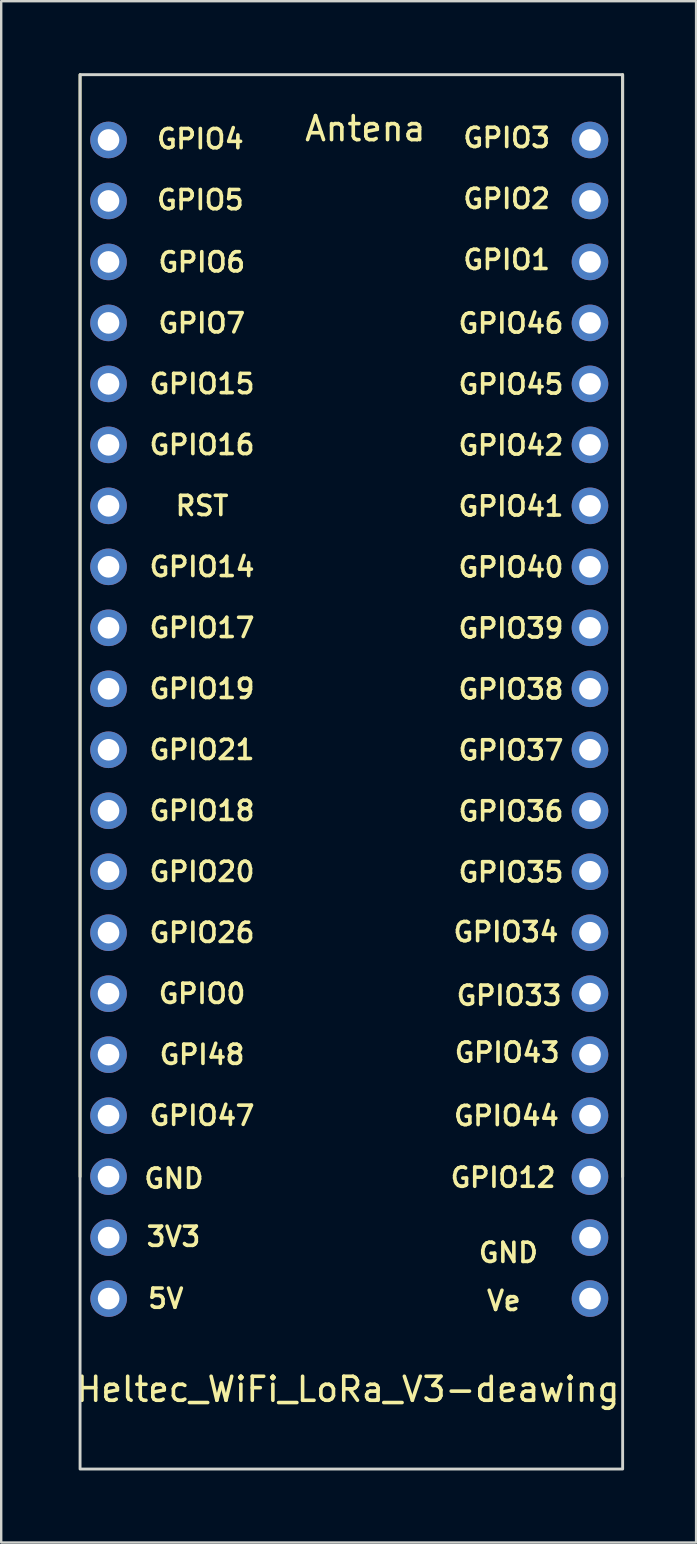
<source format=kicad_pcb>
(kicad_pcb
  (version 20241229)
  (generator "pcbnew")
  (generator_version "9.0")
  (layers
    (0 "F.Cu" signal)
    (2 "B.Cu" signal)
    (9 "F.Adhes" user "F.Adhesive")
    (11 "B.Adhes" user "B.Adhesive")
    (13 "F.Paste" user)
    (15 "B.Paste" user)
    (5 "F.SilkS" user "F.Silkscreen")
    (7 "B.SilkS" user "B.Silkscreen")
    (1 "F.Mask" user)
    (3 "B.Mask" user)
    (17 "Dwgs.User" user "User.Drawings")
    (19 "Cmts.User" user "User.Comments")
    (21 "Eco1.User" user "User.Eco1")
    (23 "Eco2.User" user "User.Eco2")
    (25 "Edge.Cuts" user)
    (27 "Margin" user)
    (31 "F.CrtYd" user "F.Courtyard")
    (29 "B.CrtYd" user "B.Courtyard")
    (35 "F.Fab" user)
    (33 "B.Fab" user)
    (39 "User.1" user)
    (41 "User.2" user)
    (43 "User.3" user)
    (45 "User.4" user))
  (footprint "Heltec_WiFi_LoRa_V3-deawing"
    (layer "F.Cu")
    (at 12.985 28.18)
    (property "Reference" "Heltec_WiFi_LoRa_V3-deawing" (at -1.55 26.64 0) (layer "F.SilkS") (effects (font (size 1 1) (thickness 0.15))))
    (attr through_hole)
    (fp_line (start -12.7 -28.12) (end -12.7 17.78) (stroke (width 0.12) (type solid)) (layer "F.SilkS"))
    (fp_line (start 9.9 17.78) (end 9.9 -28.12) (stroke (width 0.12) (type solid)) (layer "F.SilkS"))
    (fp_rect (start -12.7 -28.12) (end 9.9 29.96) (stroke (width 0.12) (type solid)) (fill no) (layer "Edge.Cuts"))
    (fp_text user "GPIO38" (at 5.25 -2.52 0) (layer "F.SilkS") (effects (font (size 0.8 0.8) (thickness 0.15))))
    (fp_text user "GPIO1" (at 5.07 -20.41 0) (layer "F.SilkS") (effects (font (size 0.8 0.8) (thickness 0.15))))
    (fp_text user "GPIO6" (at -7.63 -20.31 0) (layer "F.SilkS") (effects (font (size 0.8 0.8) (thickness 0.15))))
    (fp_text user "GPIO2" (at 5.07 -22.95 0) (layer "F.SilkS") (effects (font (size 0.8 0.8) (thickness 0.15))))
    (fp_text user "GPIO16" (at -7.62 -12.7 0) (layer "F.SilkS") (effects (font (size 0.8 0.8) (thickness 0.15))))
    (fp_text user "GPIO35" (at 5.25 5.1 0) (layer "F.SilkS") (effects (font (size 0.8 0.8) (thickness 0.15))))
    (fp_text user "GPIO5" (at -7.69 -22.9 0) (layer "F.SilkS") (effects (font (size 0.8 0.8) (thickness 0.15))))
    (fp_text user "GPIO14" (at -7.62 -7.62 0) (layer "F.SilkS") (effects (font (size 0.8 0.8) (thickness 0.15))))
    (fp_text user "GPIO21" (at -7.62 0 0) (layer "F.SilkS") (effects (font (size 0.8 0.8) (thickness 0.15))))
    (fp_text user "GPIO17" (at -7.62 -5.08 0) (layer "F.SilkS") (effects (font (size 0.8 0.8) (thickness 0.15))))
    (fp_text user "GPIO18" (at -7.62 2.54 0) (layer "F.SilkS") (effects (font (size 0.8 0.8) (thickness 0.15))))
    (fp_text user "3V3" (at -8.81 20.28 0) (layer "F.SilkS") (effects (font (size 0.8 0.8) (thickness 0.15))))
    (fp_text user "GPIO34" (at 5.04 7.59 0) (layer "F.SilkS") (effects (font (size 0.8 0.8) (thickness 0.15))))
    (fp_text user "GPI48" (at -7.62 12.7 0) (layer "F.SilkS") (effects (font (size 0.8 0.8) (thickness 0.15))))
    (fp_text user "GPIO41" (at 5.25 -10.14 0) (layer "F.SilkS") (effects (font (size 0.8 0.8) (thickness 0.15))))
    (fp_text user "GPIO37" (at 5.25 0.02 0) (layer "F.SilkS") (effects (font (size 0.8 0.8) (thickness 0.15))))
    (fp_text user "GPIO12" (at 4.92 17.82 0) (layer "F.SilkS") (effects (font (size 0.8 0.8) (thickness 0.15))))
    (fp_text user "GPIO20" (at -7.62 5.08 0) (layer "F.SilkS") (effects (font (size 0.8 0.8) (thickness 0.15))))
    (fp_text user "5V" (at -9.13 22.86 0) (layer "F.SilkS") (effects (font (size 0.8 0.8) (thickness 0.15))))
    (fp_text user "GPIO26" (at -7.62 7.62 0) (layer "F.SilkS") (effects (font (size 0.8 0.8) (thickness 0.15))))
    (fp_text user "GPIO36" (at 5.25 2.56 0) (layer "F.SilkS") (effects (font (size 0.8 0.8) (thickness 0.15))))
    (fp_text user "Antena" (at -0.82 -25.87 0) (layer "F.SilkS") (effects (font (size 1 1) (thickness 0.15))))
    (fp_text user "GPIO39" (at 5.25 -5.06 0) (layer "F.SilkS") (effects (font (size 0.8 0.8) (thickness 0.15))))
    (fp_text user "GPIO44" (at 5.06 15.25 0) (layer "F.SilkS") (effects (font (size 0.8 0.8) (thickness 0.15))))
    (fp_text user "Ve" (at 4.95 22.95 0) (layer "F.SilkS") (effects (font (size 0.8 0.8) (thickness 0.15))))
    (fp_text user "GPIO40" (at 5.25 -7.6 0) (layer "F.SilkS") (effects (font (size 0.8 0.8) (thickness 0.15))))
    (fp_text user "GND" (at -8.79 17.86 0) (layer "F.SilkS") (effects (font (size 0.8 0.8) (thickness 0.15))))
    (fp_text user "GPIO42" (at 5.25 -12.68 0) (layer "F.SilkS") (effects (font (size 0.8 0.8) (thickness 0.15))))
    (fp_text user "GPIO7" (at -7.63 -17.77 0) (layer "F.SilkS") (effects (font (size 0.8 0.8) (thickness 0.15))))
    (fp_text user "GPIO19" (at -7.62 -2.54 0) (layer "F.SilkS") (effects (font (size 0.8 0.8) (thickness 0.15))))
    (fp_text user "GPIO15" (at -7.62 -15.24 0) (layer "F.SilkS") (effects (font (size 0.8 0.8) (thickness 0.15))))
    (fp_text user "GPIO43" (at 5.09 12.61 0) (layer "F.SilkS") (effects (font (size 0.8 0.8) (thickness 0.15))))
    (fp_text user "GND" (at 5.14 20.95 0) (layer "F.SilkS") (effects (font (size 0.8 0.8) (thickness 0.15))))
    (fp_text user "GPIO3" (at 5.07 -25.49 0) (layer "F.SilkS") (effects (font (size 0.8 0.8) (thickness 0.15))))
    (fp_text user "GPIO33" (at 5.17 10.24 0) (layer "F.SilkS") (effects (font (size 0.8 0.8) (thickness 0.15))))
    (fp_text user "GPIO45" (at 5.25 -15.22 0) (layer "F.SilkS") (effects (font (size 0.8 0.8) (thickness 0.15))))
    (fp_text user "GPIO0" (at -7.62 10.16 0) (layer "F.SilkS") (effects (font (size 0.8 0.8) (thickness 0.15))))
    (fp_text user "RST" (at -7.62 -10.16 0) (layer "F.SilkS") (effects (font (size 0.8 0.8) (thickness 0.15))))
    (fp_text user "GPIO4" (at -7.69 -25.44 0) (layer "F.SilkS") (effects (font (size 0.8 0.8) (thickness 0.15))))
    (fp_text user "GPIO47" (at -7.62 15.24 0) (layer "F.SilkS") (effects (font (size 0.8 0.8) (thickness 0.15))))
    (fp_text user "GPIO46" (at 5.25 -17.76 0) (layer "F.SilkS") (effects (font (size 0.8 0.8) (thickness 0.15))))
    (pad "1" thru_hole circle (at 8.54 22.86) (size 1.524 1.524) (drill 0.9) (layers "*.Cu" "*.Mask"))
    (pad "2" thru_hole circle (at 8.54 20.32) (size 1.524 1.524) (drill 0.9) (layers "*.Cu" "*.Mask"))
    (pad "3" thru_hole circle (at 8.54 17.78) (size 1.524 1.524) (drill 0.9) (layers "*.Cu" "*.Mask"))
    (pad "4" thru_hole circle (at 8.54 15.24) (size 1.524 1.524) (drill 0.9) (layers "*.Cu" "*.Mask"))
    (pad "5" thru_hole circle (at 8.54 12.7) (size 1.524 1.524) (drill 0.9) (layers "*.Cu" "*.Mask"))
    (pad "6" thru_hole circle (at 8.54 10.16) (size 1.524 1.524) (drill 0.9) (layers "*.Cu" "*.Mask"))
    (pad "7" thru_hole circle (at 8.54 7.62) (size 1.524 1.524) (drill 0.9) (layers "*.Cu" "*.Mask"))
    (pad "8" thru_hole circle (at 8.54 5.08) (size 1.524 1.524) (drill 0.9) (layers "*.Cu" "*.Mask"))
    (pad "9" thru_hole circle (at 8.54 2.54) (size 1.524 1.524) (drill 0.9) (layers "*.Cu" "*.Mask"))
    (pad "10" thru_hole circle (at 8.54 0) (size 1.524 1.524) (drill 0.9) (layers "*.Cu" "*.Mask"))
    (pad "11" thru_hole circle (at 8.54 -2.54) (size 1.524 1.524) (drill 0.9) (layers "*.Cu" "*.Mask"))
    (pad "12" thru_hole circle (at 8.54 -5.08) (size 1.524 1.524) (drill 0.9) (layers "*.Cu" "*.Mask"))
    (pad "13" thru_hole circle (at 8.54 -7.62) (size 1.524 1.524) (drill 0.9) (layers "*.Cu" "*.Mask"))
    (pad "14" thru_hole circle (at 8.54 -10.16) (size 1.524 1.524) (drill 0.9) (layers "*.Cu" "*.Mask"))
    (pad "15" thru_hole circle (at 8.54 -12.7) (size 1.524 1.524) (drill 0.9) (layers "*.Cu" "*.Mask"))
    (pad "16" thru_hole circle (at 8.54 -15.24) (size 1.524 1.524) (drill 0.9) (layers "*.Cu" "*.Mask"))
    (pad "17" thru_hole circle (at 8.54 -17.78) (size 1.524 1.524) (drill 0.9) (layers "*.Cu" "*.Mask"))
    (pad "18" thru_hole circle (at 8.54 -20.32) (size 1.524 1.524) (drill 0.9) (layers "*.Cu" "*.Mask"))
    (pad "19" thru_hole circle (at 8.54 -22.86) (size 1.524 1.524) (drill 0.9) (layers "*.Cu" "*.Mask"))
    (pad "20" thru_hole circle (at 8.54 -25.4) (size 1.524 1.524) (drill 0.9) (layers "*.Cu" "*.Mask"))
    (pad "21" thru_hole circle (at -11.515 -25.4) (size 1.524 1.524) (drill 0.9) (layers "*.Cu" "*.Mask"))
    (pad "22" thru_hole circle (at -11.515 -22.86) (size 1.524 1.524) (drill 0.9) (layers "*.Cu" "*.Mask"))
    (pad "23" thru_hole circle (at -11.515 -20.32) (size 1.524 1.524) (drill 0.9) (layers "*.Cu" "*.Mask"))
    (pad "24" thru_hole circle (at -11.515 -17.78) (size 1.524 1.524) (drill 0.9) (layers "*.Cu" "*.Mask"))
    (pad "25" thru_hole circle (at -11.515 -15.24) (size 1.524 1.524) (drill 0.9) (layers "*.Cu" "*.Mask"))
    (pad "26" thru_hole circle (at -11.515 -12.7) (size 1.524 1.524) (drill 0.9) (layers "*.Cu" "*.Mask"))
    (pad "27" thru_hole circle (at -11.515 -10.16) (size 1.524 1.524) (drill 0.9) (layers "*.Cu" "*.Mask"))
    (pad "28" thru_hole circle (at -11.515 -7.62) (size 1.524 1.524) (drill 0.9) (layers "*.Cu" "*.Mask"))
    (pad "29" thru_hole circle (at -11.515 -5.08) (size 1.524 1.524) (drill 0.9) (layers "*.Cu" "*.Mask"))
    (pad "30" thru_hole circle (at -11.515 -2.54) (size 1.524 1.524) (drill 0.9) (layers "*.Cu" "*.Mask"))
    (pad "31" thru_hole circle (at -11.515 0) (size 1.524 1.524) (drill 0.9) (layers "*.Cu" "*.Mask"))
    (pad "32" thru_hole circle (at -11.515 2.54) (size 1.524 1.524) (drill 0.9) (layers "*.Cu" "*.Mask"))
    (pad "33" thru_hole circle (at -11.515 5.08) (size 1.524 1.524) (drill 0.9) (layers "*.Cu" "*.Mask"))
    (pad "34" thru_hole circle (at -11.515 7.62) (size 1.524 1.524) (drill 0.9) (layers "*.Cu" "*.Mask"))
    (pad "35" thru_hole circle (at -11.515 10.16) (size 1.524 1.524) (drill 0.9) (layers "*.Cu" "*.Mask"))
    (pad "36" thru_hole circle (at -11.515 12.7) (size 1.524 1.524) (drill 0.9) (layers "*.Cu" "*.Mask"))
    (pad "37" thru_hole circle (at -11.515 15.24) (size 1.524 1.524) (drill 0.9) (layers "*.Cu" "*.Mask"))
    (pad "38" thru_hole circle (at -11.515 17.78) (size 1.524 1.524) (drill 0.9) (layers "*.Cu" "*.Mask"))
    (pad "39" thru_hole circle (at -11.51 20.32) (size 1.524 1.524) (drill 0.9) (layers "*.Cu" "*.Mask"))
    (pad "40" thru_hole circle (at -11.51 22.86) (size 1.524 1.524) (drill 0.9) (layers "*.Cu" "*.Mask")))
  (gr_rect
    (start -3 -3)
    (end 25.945 61.2)
    (stroke (width 0.1) (type default))
    (fill no)
    (layer "Edge.Cuts")))
</source>
